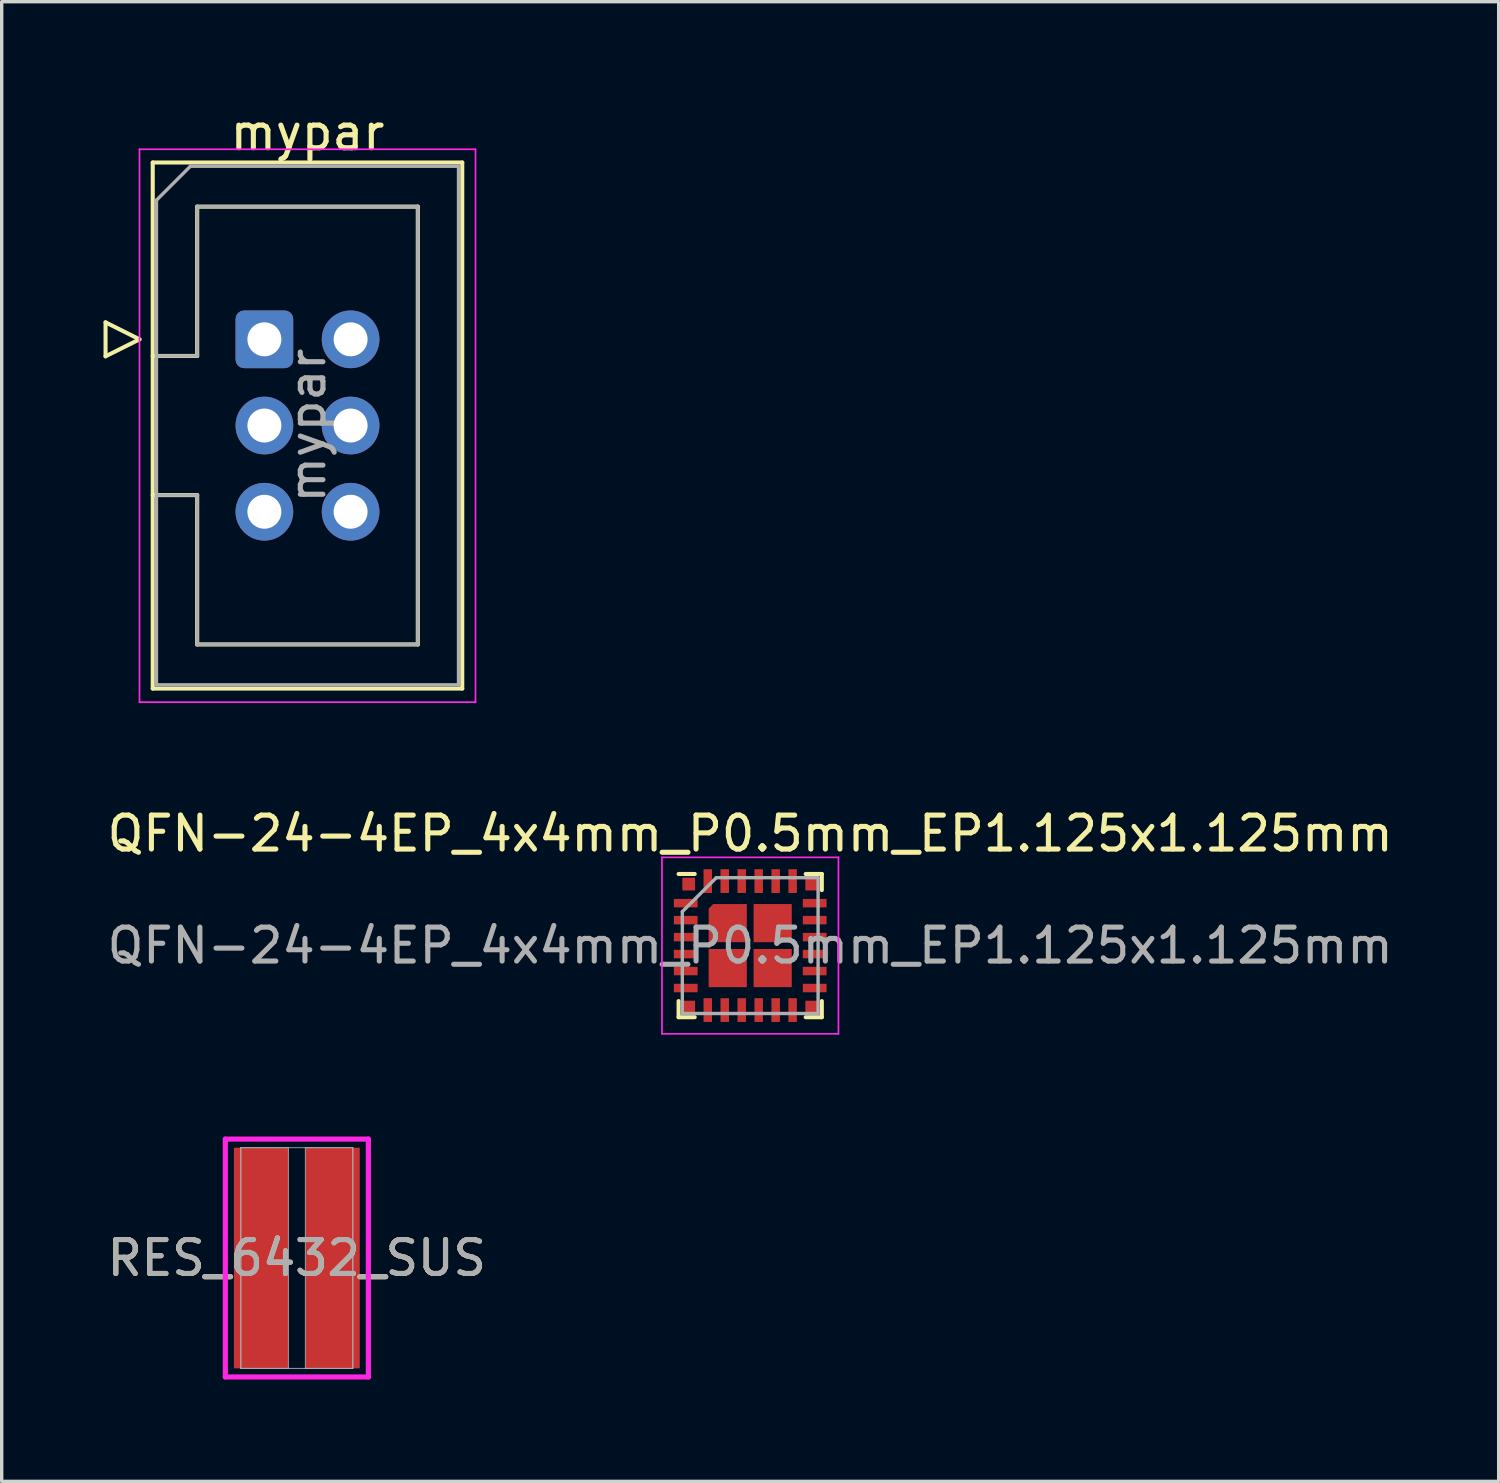
<source format=kicad_pcb>
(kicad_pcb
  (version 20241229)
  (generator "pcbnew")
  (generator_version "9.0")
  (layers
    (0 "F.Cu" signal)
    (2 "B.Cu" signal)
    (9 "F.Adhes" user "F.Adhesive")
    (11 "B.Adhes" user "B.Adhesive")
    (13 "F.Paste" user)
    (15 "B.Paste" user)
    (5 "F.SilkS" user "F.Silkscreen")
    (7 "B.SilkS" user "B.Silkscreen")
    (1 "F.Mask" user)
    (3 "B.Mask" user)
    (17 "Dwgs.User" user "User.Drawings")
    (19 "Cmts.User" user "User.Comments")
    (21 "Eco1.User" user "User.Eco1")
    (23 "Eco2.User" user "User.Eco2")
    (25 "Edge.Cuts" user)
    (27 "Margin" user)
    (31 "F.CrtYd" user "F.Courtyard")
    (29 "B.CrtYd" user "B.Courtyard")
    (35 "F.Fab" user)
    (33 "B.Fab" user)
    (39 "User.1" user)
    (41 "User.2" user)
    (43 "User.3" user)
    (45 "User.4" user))
  (footprint "RES_6432_SUS"
    (layer "F.Cu")
    (at 5.696 34.017)
    (property "Reference" "RES_6432_SUS" (at 0 0 0) (unlocked yes) (layer "F.SilkS") (effects (font (size 1 1) (thickness 0.15))))
    (attr smd)
    (fp_line (start -2.107 -3.504) (end 2.107 -3.504) (stroke (width 0.152) (type solid)) (layer "F.CrtYd"))
    (fp_line (start -2.107 3.504) (end -2.107 -3.504) (stroke (width 0.152) (type solid)) (layer "F.CrtYd"))
    (fp_line (start 2.107 -3.504) (end 2.107 3.504) (stroke (width 0.152) (type solid)) (layer "F.CrtYd"))
    (fp_line (start 2.107 3.504) (end -2.107 3.504) (stroke (width 0.152) (type solid)) (layer "F.CrtYd"))
    (fp_line (start -1.65 -3.25) (end -1.65 3.25) (stroke (width 0.025) (type solid)) (layer "F.Fab"))
    (fp_line (start -1.65 -3.25) (end -1.65 3.25) (stroke (width 0.025) (type solid)) (layer "F.Fab"))
    (fp_line (start -1.65 3.25) (end -0.25 3.25) (stroke (width 0.025) (type solid)) (layer "F.Fab"))
    (fp_line (start -1.65 3.25) (end 1.65 3.25) (stroke (width 0.025) (type solid)) (layer "F.Fab"))
    (fp_line (start -0.25 -3.25) (end -1.65 -3.25) (stroke (width 0.025) (type solid)) (layer "F.Fab"))
    (fp_line (start -0.25 3.25) (end -0.25 -3.25) (stroke (width 0.025) (type solid)) (layer "F.Fab"))
    (fp_line (start 0.25 -3.25) (end 0.25 3.25) (stroke (width 0.025) (type solid)) (layer "F.Fab"))
    (fp_line (start 0.25 3.25) (end 1.65 3.25) (stroke (width 0.025) (type solid)) (layer "F.Fab"))
    (fp_line (start 1.65 -3.25) (end -1.65 -3.25) (stroke (width 0.025) (type solid)) (layer "F.Fab"))
    (fp_line (start 1.65 -3.25) (end 0.25 -3.25) (stroke (width 0.025) (type solid)) (layer "F.Fab"))
    (fp_line (start 1.65 3.25) (end 1.65 -3.25) (stroke (width 0.025) (type solid)) (layer "F.Fab"))
    (fp_line (start 1.65 3.25) (end 1.65 -3.25) (stroke (width 0.025) (type solid)) (layer "F.Fab"))
    (fp_text user "${REFERENCE}" (at 0 0 0) (unlocked yes) (layer "F.Fab") (effects (font (size 1 1) (thickness 0.15))))
    (pad "1" smd rect (at -1.052 0) (size 1.603 6.5) (layers "F.Cu" "F.Mask" "F.Paste"))
    (pad "2" smd rect (at 1.052 0) (size 1.603 6.5) (layers "F.Cu" "F.Mask" "F.Paste"))
    (zone (net_name "") (layer "F.Cu") (hatch full 0.508) (connect_pads) (min_thickness 0.254) (filled_areas_thickness no) (keepout (tracks not_allowed) (vias not_allowed) (pads allowed) (copperpour not_allowed) (footprints allowed)) (placement (enabled no)) (fill) (polygon (pts (xy 5.497 30.817) (xy 5.896 30.817) (xy 5.896 37.216) (xy 5.497 37.216)))))
  (footprint "QFN-24-4EP_4x4mm_P0.5mm_EP1.125x1.125mm"
    (layer "F.Cu")
    (at 19.054 24.811)
    (property "Reference" "QFN-24-4EP_4x4mm_P0.5mm_EP1.125x1.125mm" (at 0 -3.3 0) (layer "F.SilkS") (effects (font (size 1 1) (thickness 0.15))))
    (attr smd)
    (fp_line (start -2.11 2.11) (end -2.11 1.635) (stroke (width 0.12) (type solid)) (layer "F.SilkS"))
    (fp_line (start -1.635 -2.11) (end -2.11 -2.11) (stroke (width 0.12) (type solid)) (layer "F.SilkS"))
    (fp_line (start -1.635 2.11) (end -2.11 2.11) (stroke (width 0.12) (type solid)) (layer "F.SilkS"))
    (fp_line (start 1.635 -2.11) (end 2.11 -2.11) (stroke (width 0.12) (type solid)) (layer "F.SilkS"))
    (fp_line (start 1.635 2.11) (end 2.11 2.11) (stroke (width 0.12) (type solid)) (layer "F.SilkS"))
    (fp_line (start 2.11 -2.11) (end 2.11 -1.635) (stroke (width 0.12) (type solid)) (layer "F.SilkS"))
    (fp_line (start 2.11 2.11) (end 2.11 1.635) (stroke (width 0.12) (type solid)) (layer "F.SilkS"))
    (fp_line (start -2.6 -2.6) (end -2.6 2.6) (stroke (width 0.05) (type solid)) (layer "F.CrtYd"))
    (fp_line (start -2.6 2.6) (end 2.6 2.6) (stroke (width 0.05) (type solid)) (layer "F.CrtYd"))
    (fp_line (start 2.6 -2.6) (end -2.6 -2.6) (stroke (width 0.05) (type solid)) (layer "F.CrtYd"))
    (fp_line (start 2.6 2.6) (end 2.6 -2.6) (stroke (width 0.05) (type solid)) (layer "F.CrtYd"))
    (fp_line (start -2 -1) (end -1 -2) (stroke (width 0.1) (type solid)) (layer "F.Fab"))
    (fp_line (start -2 2) (end -2 -1) (stroke (width 0.1) (type solid)) (layer "F.Fab"))
    (fp_line (start -1 -2) (end 2 -2) (stroke (width 0.1) (type solid)) (layer "F.Fab"))
    (fp_line (start 2 -2) (end 2 2) (stroke (width 0.1) (type solid)) (layer "F.Fab"))
    (fp_line (start 2 2) (end -2 2) (stroke (width 0.1) (type solid)) (layer "F.Fab"))
    (fp_text user "${REFERENCE}" (at 0 0 0) (layer "F.Fab") (effects (font (size 1 1) (thickness 0.15))))
    (pad "" smd rect (at -1.812 -1.812 270) (size 0.375 0.375) (layers "F.Cu" "F.Mask" "F.Paste"))
    (pad "" smd rect (at -1.812 1.812 270) (size 0.375 0.375) (layers "F.Cu" "F.Mask" "F.Paste"))
    (pad "" smd rect (at 1.812 -1.812 270) (size 0.375 0.375) (layers "F.Cu" "F.Mask" "F.Paste"))
    (pad "" smd rect (at 1.812 1.812 270) (size 0.375 0.375) (layers "F.Cu" "F.Mask" "F.Paste"))
    (pad "1" smd rect (at -1.9 -1.25) (size 0.7 0.25) (layers "F.Cu" "F.Mask" "F.Paste"))
    (pad "2" smd rect (at -1.9 -0.75) (size 0.7 0.25) (layers "F.Cu" "F.Mask" "F.Paste"))
    (pad "3" smd rect (at -1.9 -0.25) (size 0.7 0.25) (layers "F.Cu" "F.Mask" "F.Paste"))
    (pad "4" smd rect (at -1.9 0.25) (size 0.7 0.25) (layers "F.Cu" "F.Mask" "F.Paste"))
    (pad "5" smd rect (at -1.9 0.75) (size 0.7 0.25) (layers "F.Cu" "F.Mask" "F.Paste"))
    (pad "6" smd rect (at -1.9 1.25) (size 0.7 0.25) (layers "F.Cu" "F.Mask" "F.Paste"))
    (pad "7" smd rect (at -1.25 1.9 90) (size 0.7 0.25) (layers "F.Cu" "F.Mask" "F.Paste"))
    (pad "8" smd rect (at -0.75 1.9 90) (size 0.7 0.25) (layers "F.Cu" "F.Mask" "F.Paste"))
    (pad "9" smd rect (at -0.25 1.9 90) (size 0.7 0.25) (layers "F.Cu" "F.Mask" "F.Paste"))
    (pad "10" smd rect (at 0.25 1.9 90) (size 0.7 0.25) (layers "F.Cu" "F.Mask" "F.Paste"))
    (pad "11" smd rect (at 0.75 1.9 90) (size 0.7 0.25) (layers "F.Cu" "F.Mask" "F.Paste"))
    (pad "12" smd rect (at 1.25 1.9 90) (size 0.7 0.25) (layers "F.Cu" "F.Mask" "F.Paste"))
    (pad "13" smd rect (at 1.9 1.25 180) (size 0.7 0.25) (layers "F.Cu" "F.Mask" "F.Paste"))
    (pad "14" smd rect (at 1.9 0.75 180) (size 0.7 0.25) (layers "F.Cu" "F.Mask" "F.Paste"))
    (pad "15" smd rect (at 1.9 0.25 180) (size 0.7 0.25) (layers "F.Cu" "F.Mask" "F.Paste"))
    (pad "16" smd rect (at 1.9 -0.25 180) (size 0.7 0.25) (layers "F.Cu" "F.Mask" "F.Paste"))
    (pad "17" smd rect (at 1.9 -0.75 180) (size 0.7 0.25) (layers "F.Cu" "F.Mask" "F.Paste"))
    (pad "18" smd rect (at 1.9 -1.25 180) (size 0.7 0.25) (layers "F.Cu" "F.Mask" "F.Paste"))
    (pad "19" smd rect (at 1.25 -1.9 270) (size 0.7 0.25) (layers "F.Cu" "F.Mask" "F.Paste"))
    (pad "20" smd rect (at 0.75 -1.9 270) (size 0.7 0.25) (layers "F.Cu" "F.Mask" "F.Paste"))
    (pad "21" smd rect (at 0.25 -1.9 270) (size 0.7 0.25) (layers "F.Cu" "F.Mask" "F.Paste"))
    (pad "22" smd rect (at -0.25 -1.9 270) (size 0.7 0.25) (layers "F.Cu" "F.Mask" "F.Paste"))
    (pad "23" smd rect (at -0.75 -1.9 270) (size 0.7 0.25) (layers "F.Cu" "F.Mask" "F.Paste"))
    (pad "24" smd rect (at -1.25 -1.9 270) (size 0.7 0.25) (layers "F.Cu" "F.Mask" "F.Paste"))
    (pad "25" smd roundrect (at -0.662 -0.662) (size 1.125 1.125) (layers "F.Cu" "F.Mask" "F.Paste") (roundrect_rratio 0) (chamfer_ratio 0.12) (chamfer top_left))
    (pad "26" smd rect (at 0.662 -0.662) (size 1.125 1.125) (layers "F.Cu" "F.Mask" "F.Paste"))
    (pad "27" smd rect (at -0.662 0.662) (size 1.125 1.125) (layers "F.Cu" "F.Mask" "F.Paste"))
    (pad "28" smd rect (at 0.662 0.662) (size 1.125 1.125) (layers "F.Cu" "F.Mask" "F.Paste")))
  (footprint "mypar"
    (layer "F.Cu")
    (at 4.74 6.948)
    (property "Reference" "mypar" (at 1.27 -6.1 0) (layer "F.SilkS") (effects (font (size 1 1) (thickness 0.15))))
    (attr through_hole)
    (fp_line (start -4.68 -0.5) (end -4.68 0.5) (stroke (width 0.12) (type solid)) (layer "F.SilkS"))
    (fp_line (start -4.68 0.5) (end -3.68 0) (stroke (width 0.12) (type solid)) (layer "F.SilkS"))
    (fp_line (start -3.68 0) (end -4.68 -0.5) (stroke (width 0.12) (type solid)) (layer "F.SilkS"))
    (fp_line (start -3.29 -5.21) (end 5.83 -5.21) (stroke (width 0.12) (type solid)) (layer "F.SilkS"))
    (fp_line (start -3.29 0.49) (end -1.98 0.49) (stroke (width 0.12) (type solid)) (layer "F.SilkS"))
    (fp_line (start -3.29 10.29) (end -3.29 -5.21) (stroke (width 0.12) (type solid)) (layer "F.SilkS"))
    (fp_line (start -1.98 -3.91) (end 4.52 -3.91) (stroke (width 0.12) (type solid)) (layer "F.SilkS"))
    (fp_line (start -1.98 0.49) (end -1.98 -3.91) (stroke (width 0.12) (type solid)) (layer "F.SilkS"))
    (fp_line (start -1.98 4.59) (end -3.29 4.59) (stroke (width 0.12) (type solid)) (layer "F.SilkS"))
    (fp_line (start -1.98 8.99) (end -1.98 4.59) (stroke (width 0.12) (type solid)) (layer "F.SilkS"))
    (fp_line (start 4.52 -3.91) (end 4.52 8.99) (stroke (width 0.12) (type solid)) (layer "F.SilkS"))
    (fp_line (start 4.52 8.99) (end -1.98 8.99) (stroke (width 0.12) (type solid)) (layer "F.SilkS"))
    (fp_line (start 5.83 -5.21) (end 5.83 10.29) (stroke (width 0.12) (type solid)) (layer "F.SilkS"))
    (fp_line (start 5.83 10.29) (end -3.29 10.29) (stroke (width 0.12) (type solid)) (layer "F.SilkS"))
    (fp_line (start -3.68 -5.6) (end -3.68 10.69) (stroke (width 0.05) (type solid)) (layer "F.CrtYd"))
    (fp_line (start -3.68 10.69) (end 6.22 10.69) (stroke (width 0.05) (type solid)) (layer "F.CrtYd"))
    (fp_line (start 6.22 -5.6) (end -3.68 -5.6) (stroke (width 0.05) (type solid)) (layer "F.CrtYd"))
    (fp_line (start 6.22 10.69) (end 6.22 -5.6) (stroke (width 0.05) (type solid)) (layer "F.CrtYd"))
    (fp_line (start -3.18 -4.1) (end -2.18 -5.1) (stroke (width 0.1) (type solid)) (layer "F.Fab"))
    (fp_line (start -3.18 0.49) (end -1.98 0.49) (stroke (width 0.1) (type solid)) (layer "F.Fab"))
    (fp_line (start -3.18 10.18) (end -3.18 -4.1) (stroke (width 0.1) (type solid)) (layer "F.Fab"))
    (fp_line (start -2.18 -5.1) (end 5.72 -5.1) (stroke (width 0.1) (type solid)) (layer "F.Fab"))
    (fp_line (start -1.98 -3.91) (end 4.52 -3.91) (stroke (width 0.1) (type solid)) (layer "F.Fab"))
    (fp_line (start -1.98 0.49) (end -1.98 -3.91) (stroke (width 0.1) (type solid)) (layer "F.Fab"))
    (fp_line (start -1.98 4.59) (end -3.18 4.59) (stroke (width 0.1) (type solid)) (layer "F.Fab"))
    (fp_line (start -1.98 8.99) (end -1.98 4.59) (stroke (width 0.1) (type solid)) (layer "F.Fab"))
    (fp_line (start 4.52 -3.91) (end 4.52 8.99) (stroke (width 0.1) (type solid)) (layer "F.Fab"))
    (fp_line (start 4.52 8.99) (end -1.98 8.99) (stroke (width 0.1) (type solid)) (layer "F.Fab"))
    (fp_line (start 5.72 -5.1) (end 5.72 10.18) (stroke (width 0.1) (type solid)) (layer "F.Fab"))
    (fp_line (start 5.72 10.18) (end -3.18 10.18) (stroke (width 0.1) (type solid)) (layer "F.Fab"))
    (fp_text user "${REFERENCE}" (at 1.27 2.54 90) (layer "F.Fab") (effects (font (size 1 1) (thickness 0.15))))
    (pad "1" thru_hole roundrect (at 0 0) (size 1.7 1.7) (drill 1) (layers "*.Cu" "*.Mask") (roundrect_rratio 0.147))
    (pad "2" thru_hole circle (at 2.54 0) (size 1.7 1.7) (drill 1) (layers "*.Cu" "*.Mask"))
    (pad "3" thru_hole circle (at 0 2.54) (size 1.7 1.7) (drill 1) (layers "*.Cu" "*.Mask"))
    (pad "4" thru_hole circle (at 2.54 2.54) (size 1.7 1.7) (drill 1) (layers "*.Cu" "*.Mask"))
    (pad "5" thru_hole circle (at 0 5.08) (size 1.7 1.7) (drill 1) (layers "*.Cu" "*.Mask"))
    (pad "6" thru_hole circle (at 2.54 5.08) (size 1.7 1.7) (drill 1) (layers "*.Cu" "*.Mask")))
  (gr_rect
    (start -3 -3)
    (end 41.107 40.597)
    (stroke (width 0.1) (type default))
    (fill no)
    (layer "Edge.Cuts")))
</source>
